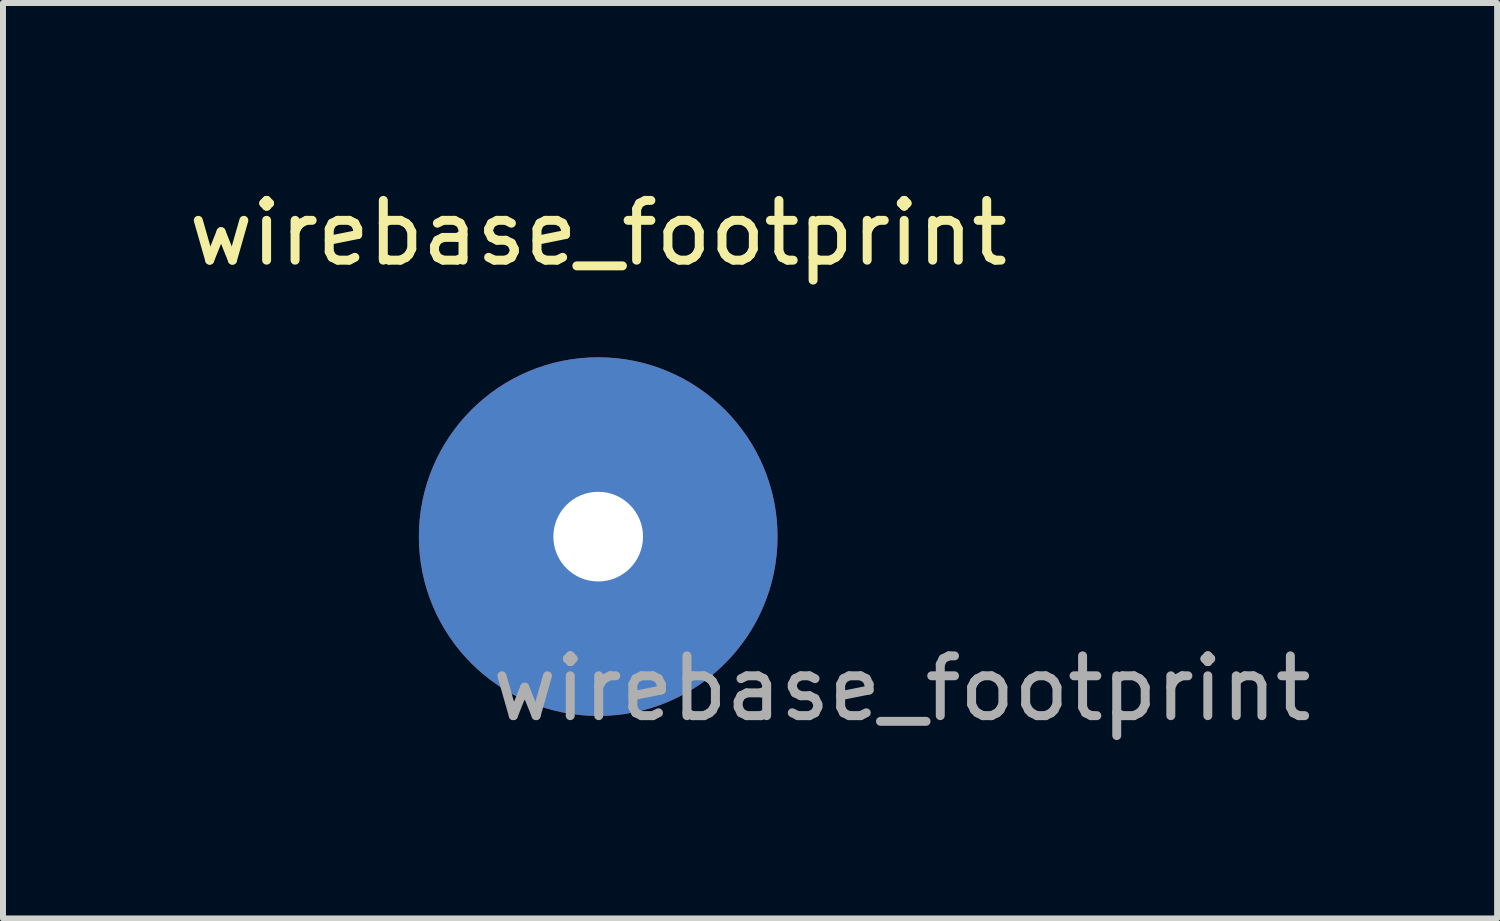
<source format=kicad_pcb>
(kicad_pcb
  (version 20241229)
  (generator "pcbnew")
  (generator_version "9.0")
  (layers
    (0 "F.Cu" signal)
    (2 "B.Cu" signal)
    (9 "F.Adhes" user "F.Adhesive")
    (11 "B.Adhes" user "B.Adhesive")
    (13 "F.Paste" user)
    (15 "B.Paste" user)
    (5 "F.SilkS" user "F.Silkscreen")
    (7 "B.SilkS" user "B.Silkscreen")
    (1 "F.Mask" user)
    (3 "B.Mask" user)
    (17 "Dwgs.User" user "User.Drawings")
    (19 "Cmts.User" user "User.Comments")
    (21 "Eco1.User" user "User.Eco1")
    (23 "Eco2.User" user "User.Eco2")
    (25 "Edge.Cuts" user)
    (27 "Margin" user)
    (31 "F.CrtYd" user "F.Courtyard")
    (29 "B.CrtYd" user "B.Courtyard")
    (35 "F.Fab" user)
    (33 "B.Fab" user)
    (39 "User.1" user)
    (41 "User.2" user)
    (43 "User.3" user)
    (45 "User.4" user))
  (footprint "wirebase_footprint"
    (layer "F.Cu")
    (at 6.958 5.928)
    (property "Reference" "wirebase_footprint" (at 0 -5.08 0) (unlocked yes) (layer "F.SilkS") (effects (font (size 1 1) (thickness 0.15))))
    (attr through_hole)
    (fp_text user "${REFERENCE}" (at 5.08 2.54 0) (unlocked yes) (layer "F.Fab") (effects (font (size 1 1) (thickness 0.15))))
    (pad "1" thru_hole circle (at 0 0) (size 6 6) (drill 1.5) (layers "*.Cu" "*.Mask")))
  (gr_rect
    (start -3 -3)
    (end 21.997 12.316)
    (stroke (width 0.1) (type default))
    (fill no)
    (layer "Edge.Cuts")))
</source>
